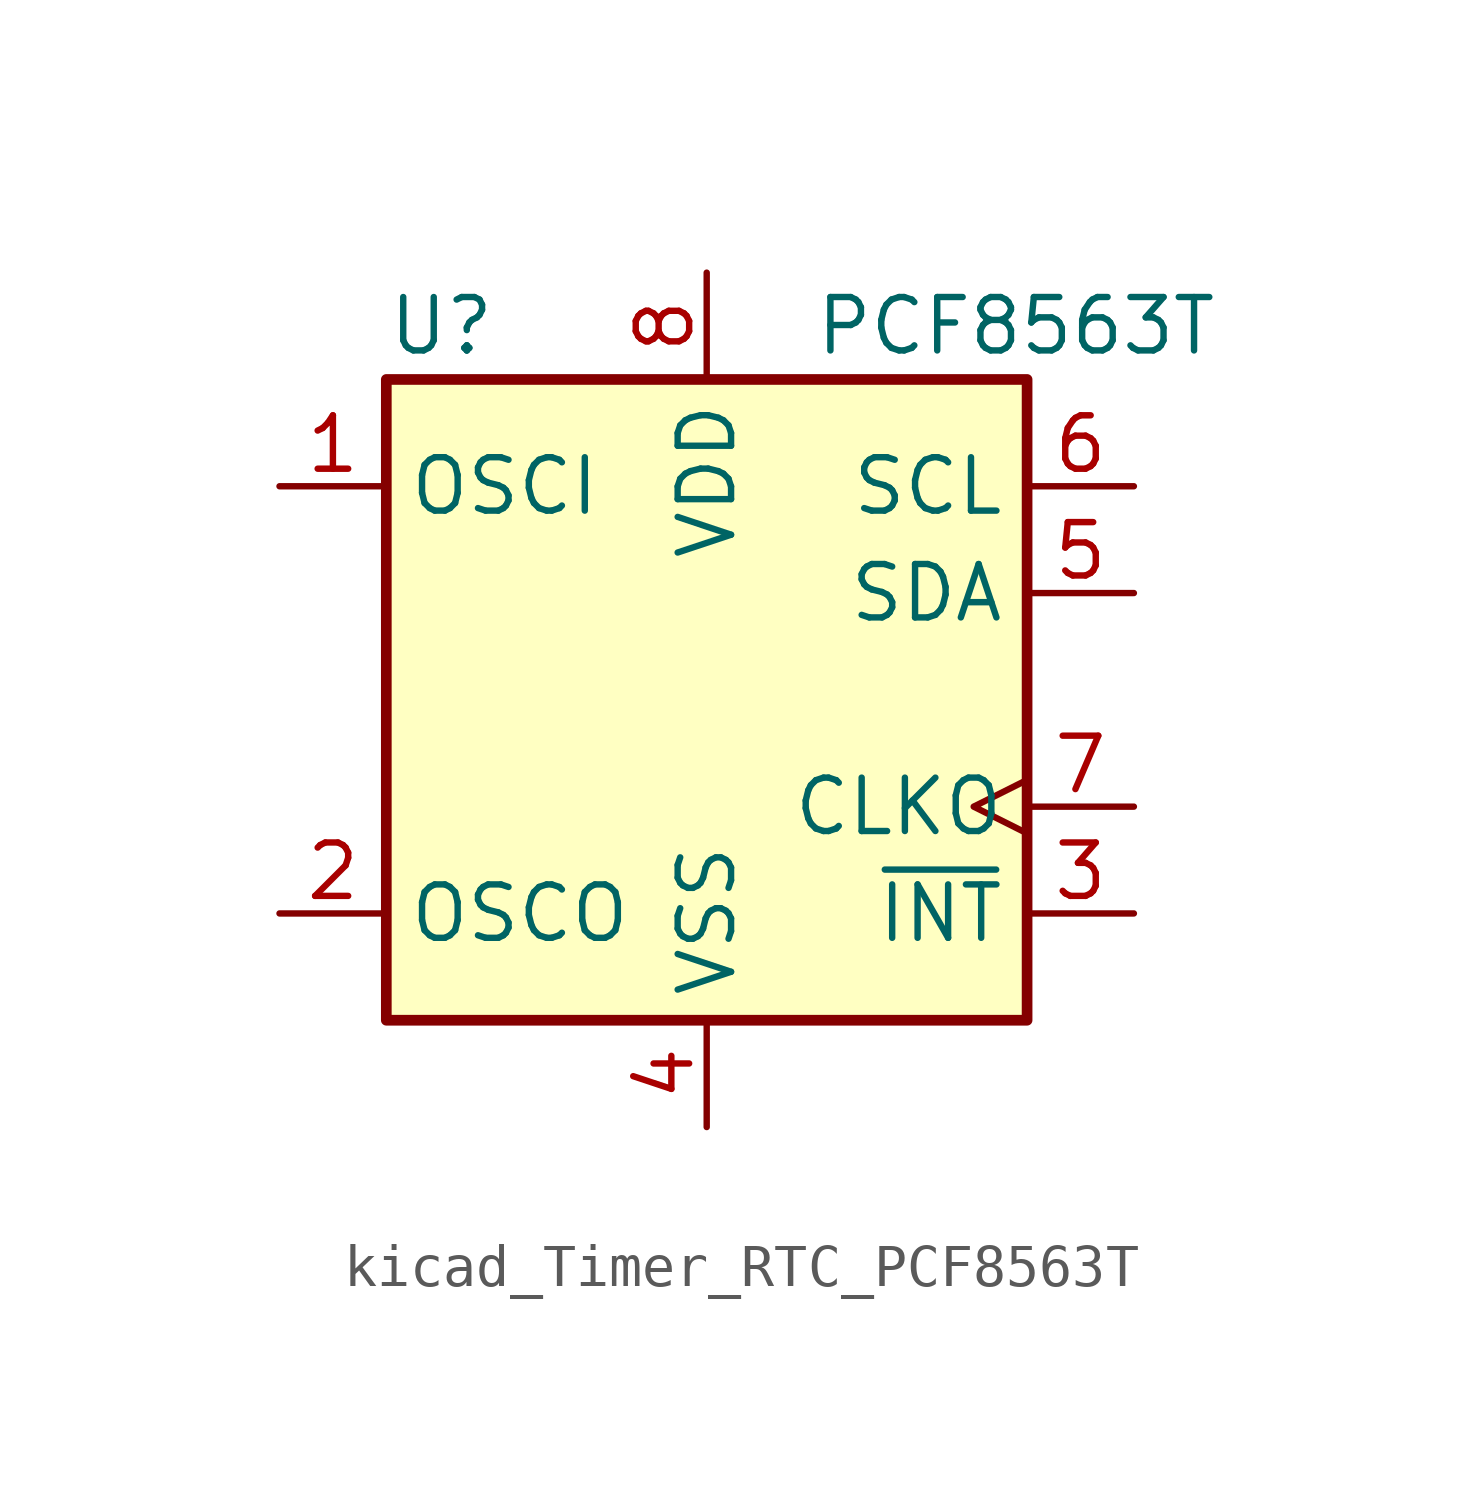
<source format=kicad_sym>
(kicad_symbol_lib
  (version 20220914)
  (generator kicad_symbol_editor)
  (symbol "kicad_Timer_RTC_PCF8563T"
    (property "Reference" "U"
      (at -7.62 8.89 0)
      (effects (font (size 1.27 1.27)) (justify left)))
    (property "Value" "PCF8563T"
      (at 2.54 8.89 0)
      (effects (font (size 1.27 1.27)) (justify left)))
    (symbol "kicad_Timer_RTC_PCF8563T_0_1"
      (rectangle (start -7.62 7.62) (end 7.62 -7.62) (stroke (width 0.254) (type default)) (fill (type background))))
    (symbol "kicad_Timer_RTC_PCF8563T_1_1"
      (pin input line (at -10.16 5.08 0) (length 2.54) (name "OSCI" (effects (font (size 1.27 1.27)))) (number "1" (effects (font (size 1.27 1.27)))))
      (pin output line (at -10.16 -5.08 0) (length 2.54) (name "OSCO" (effects (font (size 1.27 1.27)))) (number "2" (effects (font (size 1.27 1.27)))))
      (pin output line (at 10.16 -5.08 180) (length 2.54) (name "~{INT}" (effects (font (size 1.27 1.27)))) (number "3" (effects (font (size 1.27 1.27)))))
      (pin power_in line (at 0 -10.16 90) (length 2.54) (name "VSS" (effects (font (size 1.27 1.27)))) (number "4" (effects (font (size 1.27 1.27)))))
      (pin bidirectional line (at 10.16 2.54 180) (length 2.54) (name "SDA" (effects (font (size 1.27 1.27)))) (number "5" (effects (font (size 1.27 1.27)))))
      (pin input line (at 10.16 5.08 180) (length 2.54) (name "SCL" (effects (font (size 1.27 1.27)))) (number "6" (effects (font (size 1.27 1.27)))))
      (pin output clock (at 10.16 -2.54 180) (length 2.54) (name "CLKO" (effects (font (size 1.27 1.27)))) (number "7" (effects (font (size 1.27 1.27)))))
      (pin power_in line (at 0 10.16 270) (length 2.54) (name "VDD" (effects (font (size 1.27 1.27)))) (number "8" (effects (font (size 1.27 1.27))))))))
</source>
